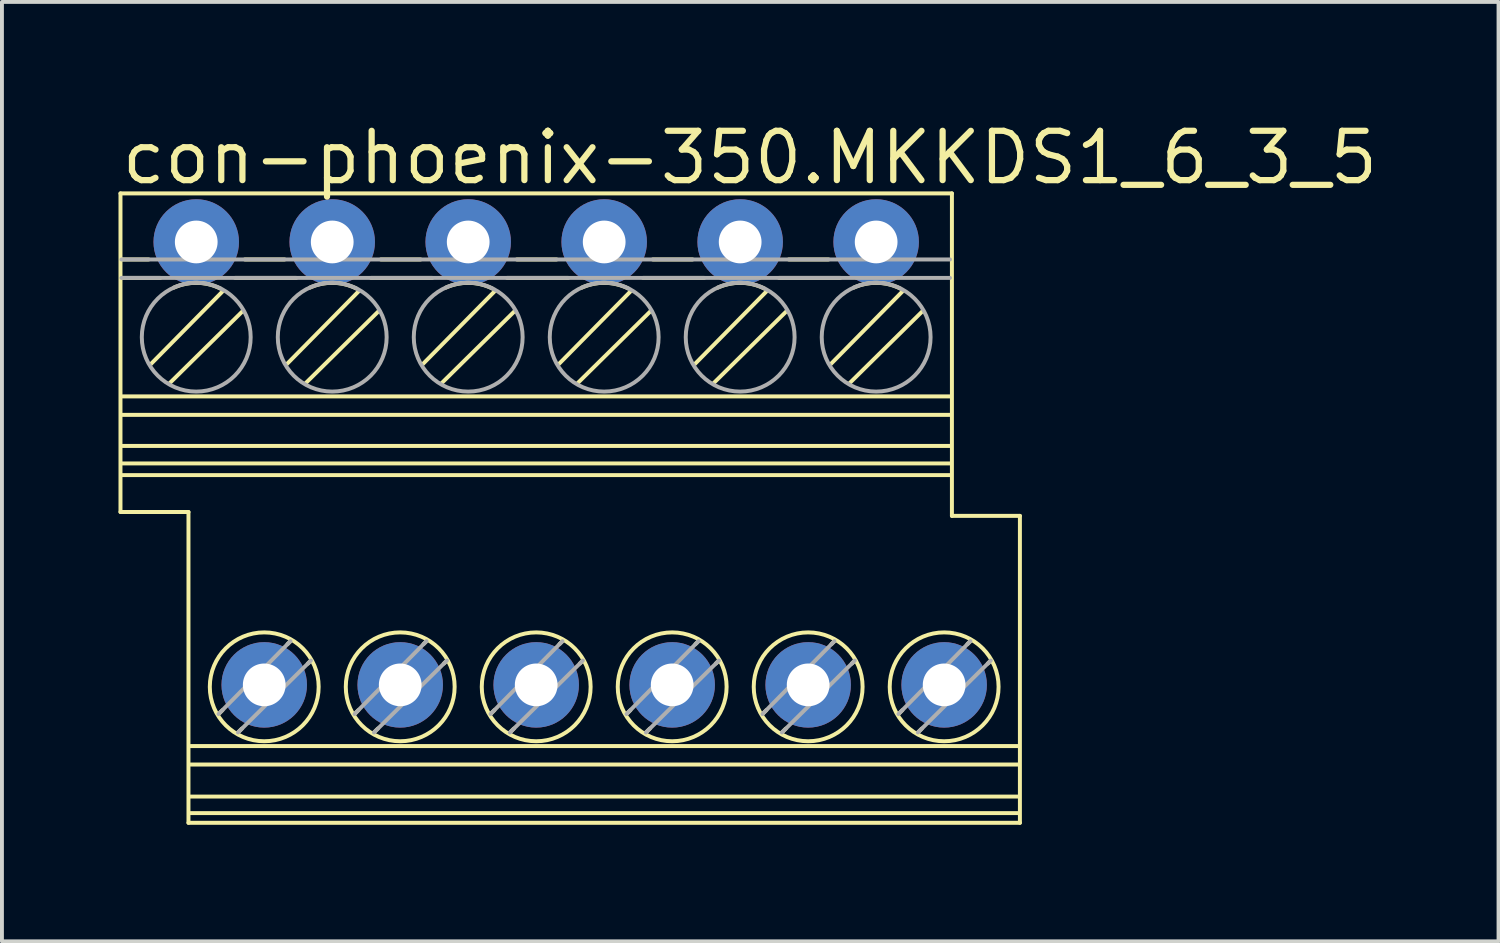
<source format=kicad_pcb>
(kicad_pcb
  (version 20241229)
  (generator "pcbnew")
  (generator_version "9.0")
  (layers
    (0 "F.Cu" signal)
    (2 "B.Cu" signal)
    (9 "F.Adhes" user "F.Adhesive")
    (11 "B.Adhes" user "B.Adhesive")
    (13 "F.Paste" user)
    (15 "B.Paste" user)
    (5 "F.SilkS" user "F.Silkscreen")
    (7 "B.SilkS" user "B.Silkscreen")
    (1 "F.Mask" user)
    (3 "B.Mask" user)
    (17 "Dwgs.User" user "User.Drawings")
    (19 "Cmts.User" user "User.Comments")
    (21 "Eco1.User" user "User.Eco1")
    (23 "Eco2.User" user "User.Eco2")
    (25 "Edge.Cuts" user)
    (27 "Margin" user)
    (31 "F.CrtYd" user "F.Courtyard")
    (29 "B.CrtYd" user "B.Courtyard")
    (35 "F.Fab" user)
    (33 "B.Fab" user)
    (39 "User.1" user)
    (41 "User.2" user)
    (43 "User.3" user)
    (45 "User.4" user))
  (footprint "con-phoenix-350.MKKDS1_6_3_5"
    (layer "F.Cu")
    (at 10.751 10.028)
    (property "Reference" "con-phoenix-350.MKKDS1_6_3_5" (at -10.751 -8.278 0) (layer "F.SilkS") (effects (font (size 1.27 1.27) (thickness 0.16)) (justify left bottom)))
    (attr through_hole)
    (fp_line (start -10.7 -8.1) (end 10.7 -8.1) (stroke (width 0.102) (type default)) (layer "F.SilkS"))
    (fp_line (start -10.7 0.1) (end -10.7 -8.1) (stroke (width 0.102) (type default)) (layer "F.SilkS"))
    (fp_line (start -10.675 -6.4) (end -9.975 -6.4) (stroke (width 0.102) (type default)) (layer "F.SilkS"))
    (fp_line (start -10.675 -5.925) (end -9.675 -5.925) (stroke (width 0.102) (type default)) (layer "F.SilkS"))
    (fp_line (start -10.65 -2.875) (end 10.675 -2.875) (stroke (width 0.102) (type default)) (layer "F.SilkS"))
    (fp_line (start -10.65 -2.4) (end 10.675 -2.4) (stroke (width 0.102) (type default)) (layer "F.SilkS"))
    (fp_line (start -10.65 -1.6) (end 10.675 -1.6) (stroke (width 0.102) (type default)) (layer "F.SilkS"))
    (fp_line (start -10.65 -0.85) (end 10.675 -0.85) (stroke (width 0.102) (type default)) (layer "F.SilkS"))
    (fp_line (start -9.925 -3.7) (end -8.075 -5.575) (stroke (width 0.102) (type default)) (layer "F.SilkS"))
    (fp_line (start -9.425 -3.225) (end -7.55 -5.075) (stroke (width 0.102) (type default)) (layer "F.SilkS"))
    (fp_line (start -8.95 0.1) (end -10.7 0.1) (stroke (width 0.102) (type default)) (layer "F.SilkS"))
    (fp_line (start -8.95 8.1) (end -8.95 0.1) (stroke (width 0.102) (type default)) (layer "F.SilkS"))
    (fp_line (start -8.9 6.125) (end 12.425 6.125) (stroke (width 0.102) (type default)) (layer "F.SilkS"))
    (fp_line (start -8.9 6.6) (end 12.425 6.6) (stroke (width 0.102) (type default)) (layer "F.SilkS"))
    (fp_line (start -8.9 7.425) (end 12.425 7.425) (stroke (width 0.102) (type default)) (layer "F.SilkS"))
    (fp_line (start -8.9 7.85) (end 12.425 7.85) (stroke (width 0.102) (type default)) (layer "F.SilkS"))
    (fp_line (start -8.175 5.3) (end -8.075 5.2) (stroke (width 0.102) (type default)) (layer "F.SilkS"))
    (fp_line (start -7.75 -5.925) (end -6.175 -5.925) (stroke (width 0.102) (type default)) (layer "F.SilkS"))
    (fp_line (start -7.675 5.775) (end -7.575 5.675) (stroke (width 0.102) (type default)) (layer "F.SilkS"))
    (fp_line (start -7.5 -6.4) (end -6.475 -6.4) (stroke (width 0.102) (type default)) (layer "F.SilkS"))
    (fp_line (start -6.425 -3.7) (end -4.575 -5.575) (stroke (width 0.102) (type default)) (layer "F.SilkS"))
    (fp_line (start -6.4 3.5) (end -6.325 3.425) (stroke (width 0.102) (type default)) (layer "F.SilkS"))
    (fp_line (start -5.925 -3.225) (end -4.05 -5.075) (stroke (width 0.102) (type default)) (layer "F.SilkS"))
    (fp_line (start -5.875 4) (end -5.8 3.925) (stroke (width 0.102) (type default)) (layer "F.SilkS"))
    (fp_line (start -4.675 5.3) (end -4.575 5.2) (stroke (width 0.102) (type default)) (layer "F.SilkS"))
    (fp_line (start -4.25 -5.925) (end -2.675 -5.925) (stroke (width 0.102) (type default)) (layer "F.SilkS"))
    (fp_line (start -4.175 5.775) (end -4.075 5.675) (stroke (width 0.102) (type default)) (layer "F.SilkS"))
    (fp_line (start -4 -6.4) (end -2.975 -6.4) (stroke (width 0.102) (type default)) (layer "F.SilkS"))
    (fp_line (start -2.925 -3.7) (end -1.075 -5.575) (stroke (width 0.102) (type default)) (layer "F.SilkS"))
    (fp_line (start -2.9 3.5) (end -2.825 3.425) (stroke (width 0.102) (type default)) (layer "F.SilkS"))
    (fp_line (start -2.425 -3.225) (end -0.55 -5.075) (stroke (width 0.102) (type default)) (layer "F.SilkS"))
    (fp_line (start -2.375 4) (end -2.3 3.925) (stroke (width 0.102) (type default)) (layer "F.SilkS"))
    (fp_line (start -1.175 5.3) (end -1.075 5.2) (stroke (width 0.102) (type default)) (layer "F.SilkS"))
    (fp_line (start -0.75 -5.925) (end 0.825 -5.925) (stroke (width 0.102) (type default)) (layer "F.SilkS"))
    (fp_line (start -0.675 5.775) (end -0.575 5.675) (stroke (width 0.102) (type default)) (layer "F.SilkS"))
    (fp_line (start -0.5 -6.4) (end 0.525 -6.4) (stroke (width 0.102) (type default)) (layer "F.SilkS"))
    (fp_line (start 0.575 -3.7) (end 2.425 -5.575) (stroke (width 0.102) (type default)) (layer "F.SilkS"))
    (fp_line (start 0.6 3.5) (end 0.675 3.425) (stroke (width 0.102) (type default)) (layer "F.SilkS"))
    (fp_line (start 1.075 -3.225) (end 2.95 -5.075) (stroke (width 0.102) (type default)) (layer "F.SilkS"))
    (fp_line (start 1.125 4) (end 1.2 3.925) (stroke (width 0.102) (type default)) (layer "F.SilkS"))
    (fp_line (start 2.325 5.3) (end 2.425 5.2) (stroke (width 0.102) (type default)) (layer "F.SilkS"))
    (fp_line (start 2.75 -5.925) (end 4.325 -5.925) (stroke (width 0.102) (type default)) (layer "F.SilkS"))
    (fp_line (start 2.825 5.775) (end 2.925 5.675) (stroke (width 0.102) (type default)) (layer "F.SilkS"))
    (fp_line (start 3 -6.4) (end 4.025 -6.4) (stroke (width 0.102) (type default)) (layer "F.SilkS"))
    (fp_line (start 4.075 -3.7) (end 5.925 -5.575) (stroke (width 0.102) (type default)) (layer "F.SilkS"))
    (fp_line (start 4.1 3.5) (end 4.175 3.425) (stroke (width 0.102) (type default)) (layer "F.SilkS"))
    (fp_line (start 4.575 -3.225) (end 6.45 -5.075) (stroke (width 0.102) (type default)) (layer "F.SilkS"))
    (fp_line (start 4.625 4) (end 4.7 3.925) (stroke (width 0.102) (type default)) (layer "F.SilkS"))
    (fp_line (start 5.825 5.3) (end 5.925 5.2) (stroke (width 0.102) (type default)) (layer "F.SilkS"))
    (fp_line (start 6.25 -5.925) (end 7.825 -5.925) (stroke (width 0.102) (type default)) (layer "F.SilkS"))
    (fp_line (start 6.325 5.775) (end 6.425 5.675) (stroke (width 0.102) (type default)) (layer "F.SilkS"))
    (fp_line (start 6.5 -6.4) (end 7.525 -6.4) (stroke (width 0.102) (type default)) (layer "F.SilkS"))
    (fp_line (start 7.575 -3.7) (end 9.425 -5.575) (stroke (width 0.102) (type default)) (layer "F.SilkS"))
    (fp_line (start 7.6 3.5) (end 7.675 3.425) (stroke (width 0.102) (type default)) (layer "F.SilkS"))
    (fp_line (start 8.075 -3.225) (end 9.95 -5.075) (stroke (width 0.102) (type default)) (layer "F.SilkS"))
    (fp_line (start 8.125 4) (end 8.2 3.925) (stroke (width 0.102) (type default)) (layer "F.SilkS"))
    (fp_line (start 9.325 5.3) (end 9.425 5.2) (stroke (width 0.102) (type default)) (layer "F.SilkS"))
    (fp_line (start 9.825 5.775) (end 9.925 5.675) (stroke (width 0.102) (type default)) (layer "F.SilkS"))
    (fp_line (start 10.675 -1.15) (end -10.65 -1.15) (stroke (width 0.102) (type default)) (layer "F.SilkS"))
    (fp_line (start 10.7 -8.1) (end 10.7 0.2) (stroke (width 0.102) (type default)) (layer "F.SilkS"))
    (fp_line (start 10.7 0.2) (end 12.45 0.2) (stroke (width 0.102) (type default)) (layer "F.SilkS"))
    (fp_line (start 11.1 3.5) (end 11.175 3.425) (stroke (width 0.102) (type default)) (layer "F.SilkS"))
    (fp_line (start 11.625 4) (end 11.7 3.925) (stroke (width 0.102) (type default)) (layer "F.SilkS"))
    (fp_line (start 12.45 0.2) (end 12.45 8.1) (stroke (width 0.102) (type default)) (layer "F.SilkS"))
    (fp_line (start 12.45 8.1) (end -8.95 8.1) (stroke (width 0.102) (type default)) (layer "F.SilkS"))
    (fp_arc (start -9.325 -5.675) (mid -8.722184 -5.797679) (end -8.125 -5.65) (stroke (width 0.1016) (type default)) (layer "F.SilkS"))
    (fp_arc (start -5.825 -5.675) (mid -5.222184 -5.797679) (end -4.625 -5.65) (stroke (width 0.1016) (type default)) (layer "F.SilkS"))
    (fp_arc (start -2.325 -5.675) (mid -1.722184 -5.797679) (end -1.125 -5.65) (stroke (width 0.1016) (type default)) (layer "F.SilkS"))
    (fp_arc (start 1.175 -5.675) (mid 1.777816 -5.797679) (end 2.375 -5.65) (stroke (width 0.1016) (type default)) (layer "F.SilkS"))
    (fp_arc (start 4.675 -5.675) (mid 5.277816 -5.797679) (end 5.875 -5.65) (stroke (width 0.1016) (type default)) (layer "F.SilkS"))
    (fp_arc (start 8.175 -5.675) (mid 8.777816 -5.797679) (end 9.375 -5.65) (stroke (width 0.1016) (type default)) (layer "F.SilkS"))
    (fp_circle (center -7 4.6) (end -5.599 4.6) (stroke (width 0.102) (type default)) (fill no) (layer "F.SilkS"))
    (fp_circle (center -3.5 4.6) (end -2.099 4.6) (stroke (width 0.102) (type default)) (fill no) (layer "F.SilkS"))
    (fp_circle (center 0 4.6) (end 1.401 4.6) (stroke (width 0.102) (type default)) (fill no) (layer "F.SilkS"))
    (fp_circle (center 3.5 4.6) (end 4.901 4.6) (stroke (width 0.102) (type default)) (fill no) (layer "F.SilkS"))
    (fp_circle (center 7 4.6) (end 8.401 4.6) (stroke (width 0.102) (type default)) (fill no) (layer "F.SilkS"))
    (fp_circle (center 10.5 4.6) (end 11.901 4.6) (stroke (width 0.102) (type default)) (fill no) (layer "F.SilkS"))
    (fp_line (start -10.675 -6.4) (end 10.65 -6.4) (stroke (width 0.102) (type default)) (layer "F.Fab"))
    (fp_line (start -10.675 -5.925) (end 10.65 -5.925) (stroke (width 0.102) (type default)) (layer "F.Fab"))
    (fp_line (start -8.175 5.3) (end -6.325 3.425) (stroke (width 0.102) (type default)) (layer "F.Fab"))
    (fp_line (start -7.675 5.775) (end -5.8 3.925) (stroke (width 0.102) (type default)) (layer "F.Fab"))
    (fp_line (start -4.675 5.3) (end -2.825 3.425) (stroke (width 0.102) (type default)) (layer "F.Fab"))
    (fp_line (start -4.175 5.775) (end -2.3 3.925) (stroke (width 0.102) (type default)) (layer "F.Fab"))
    (fp_line (start -1.175 5.3) (end 0.675 3.425) (stroke (width 0.102) (type default)) (layer "F.Fab"))
    (fp_line (start -0.675 5.775) (end 1.2 3.925) (stroke (width 0.102) (type default)) (layer "F.Fab"))
    (fp_line (start 2.325 5.3) (end 4.175 3.425) (stroke (width 0.102) (type default)) (layer "F.Fab"))
    (fp_line (start 2.825 5.775) (end 4.7 3.925) (stroke (width 0.102) (type default)) (layer "F.Fab"))
    (fp_line (start 5.825 5.3) (end 7.675 3.425) (stroke (width 0.102) (type default)) (layer "F.Fab"))
    (fp_line (start 6.325 5.775) (end 8.2 3.925) (stroke (width 0.102) (type default)) (layer "F.Fab"))
    (fp_line (start 9.325 5.3) (end 11.175 3.425) (stroke (width 0.102) (type default)) (layer "F.Fab"))
    (fp_line (start 9.825 5.775) (end 11.7 3.925) (stroke (width 0.102) (type default)) (layer "F.Fab"))
    (fp_circle (center -8.75 -4.4) (end -7.349 -4.4) (stroke (width 0.102) (type default)) (fill no) (layer "F.Fab"))
    (fp_circle (center -5.25 -4.4) (end -3.849 -4.4) (stroke (width 0.102) (type default)) (fill no) (layer "F.Fab"))
    (fp_circle (center -1.75 -4.4) (end -0.349 -4.4) (stroke (width 0.102) (type default)) (fill no) (layer "F.Fab"))
    (fp_circle (center 1.75 -4.4) (end 3.151 -4.4) (stroke (width 0.102) (type default)) (fill no) (layer "F.Fab"))
    (fp_circle (center 5.25 -4.4) (end 6.651 -4.4) (stroke (width 0.102) (type default)) (fill no) (layer "F.Fab"))
    (fp_circle (center 8.75 -4.4) (end 10.151 -4.4) (stroke (width 0.102) (type default)) (fill no) (layer "F.Fab"))
    (pad "1" thru_hole circle (at -8.75 -6.85) (size 2.2 2.2) (drill 1.1) (layers "*.Cu" "*.Mask"))
    (pad "2" thru_hole circle (at -7 4.55) (size 2.2 2.2) (drill 1.1) (layers "*.Cu" "*.Mask"))
    (pad "3" thru_hole circle (at -5.25 -6.85) (size 2.2 2.2) (drill 1.1) (layers "*.Cu" "*.Mask"))
    (pad "4" thru_hole circle (at -3.5 4.55) (size 2.2 2.2) (drill 1.1) (layers "*.Cu" "*.Mask"))
    (pad "5" thru_hole circle (at -1.75 -6.85) (size 2.2 2.2) (drill 1.1) (layers "*.Cu" "*.Mask"))
    (pad "6" thru_hole circle (at 0 4.55) (size 2.2 2.2) (drill 1.1) (layers "*.Cu" "*.Mask"))
    (pad "7" thru_hole circle (at 1.75 -6.85) (size 2.2 2.2) (drill 1.1) (layers "*.Cu" "*.Mask"))
    (pad "8" thru_hole circle (at 3.5 4.55) (size 2.2 2.2) (drill 1.1) (layers "*.Cu" "*.Mask"))
    (pad "9" thru_hole circle (at 5.25 -6.85) (size 2.2 2.2) (drill 1.1) (layers "*.Cu" "*.Mask"))
    (pad "10" thru_hole circle (at 7 4.55) (size 2.2 2.2) (drill 1.1) (layers "*.Cu" "*.Mask"))
    (pad "11" thru_hole circle (at 8.75 -6.85) (size 2.2 2.2) (drill 1.1) (layers "*.Cu" "*.Mask"))
    (pad "12" thru_hole circle (at 10.5 4.55) (size 2.2 2.2) (drill 1.1) (layers "*.Cu" "*.Mask")))
  (gr_rect
    (start -3 -3)
    (end 35.52 21.179)
    (stroke (width 0.1) (type default))
    (fill no)
    (layer "Edge.Cuts")))
</source>
